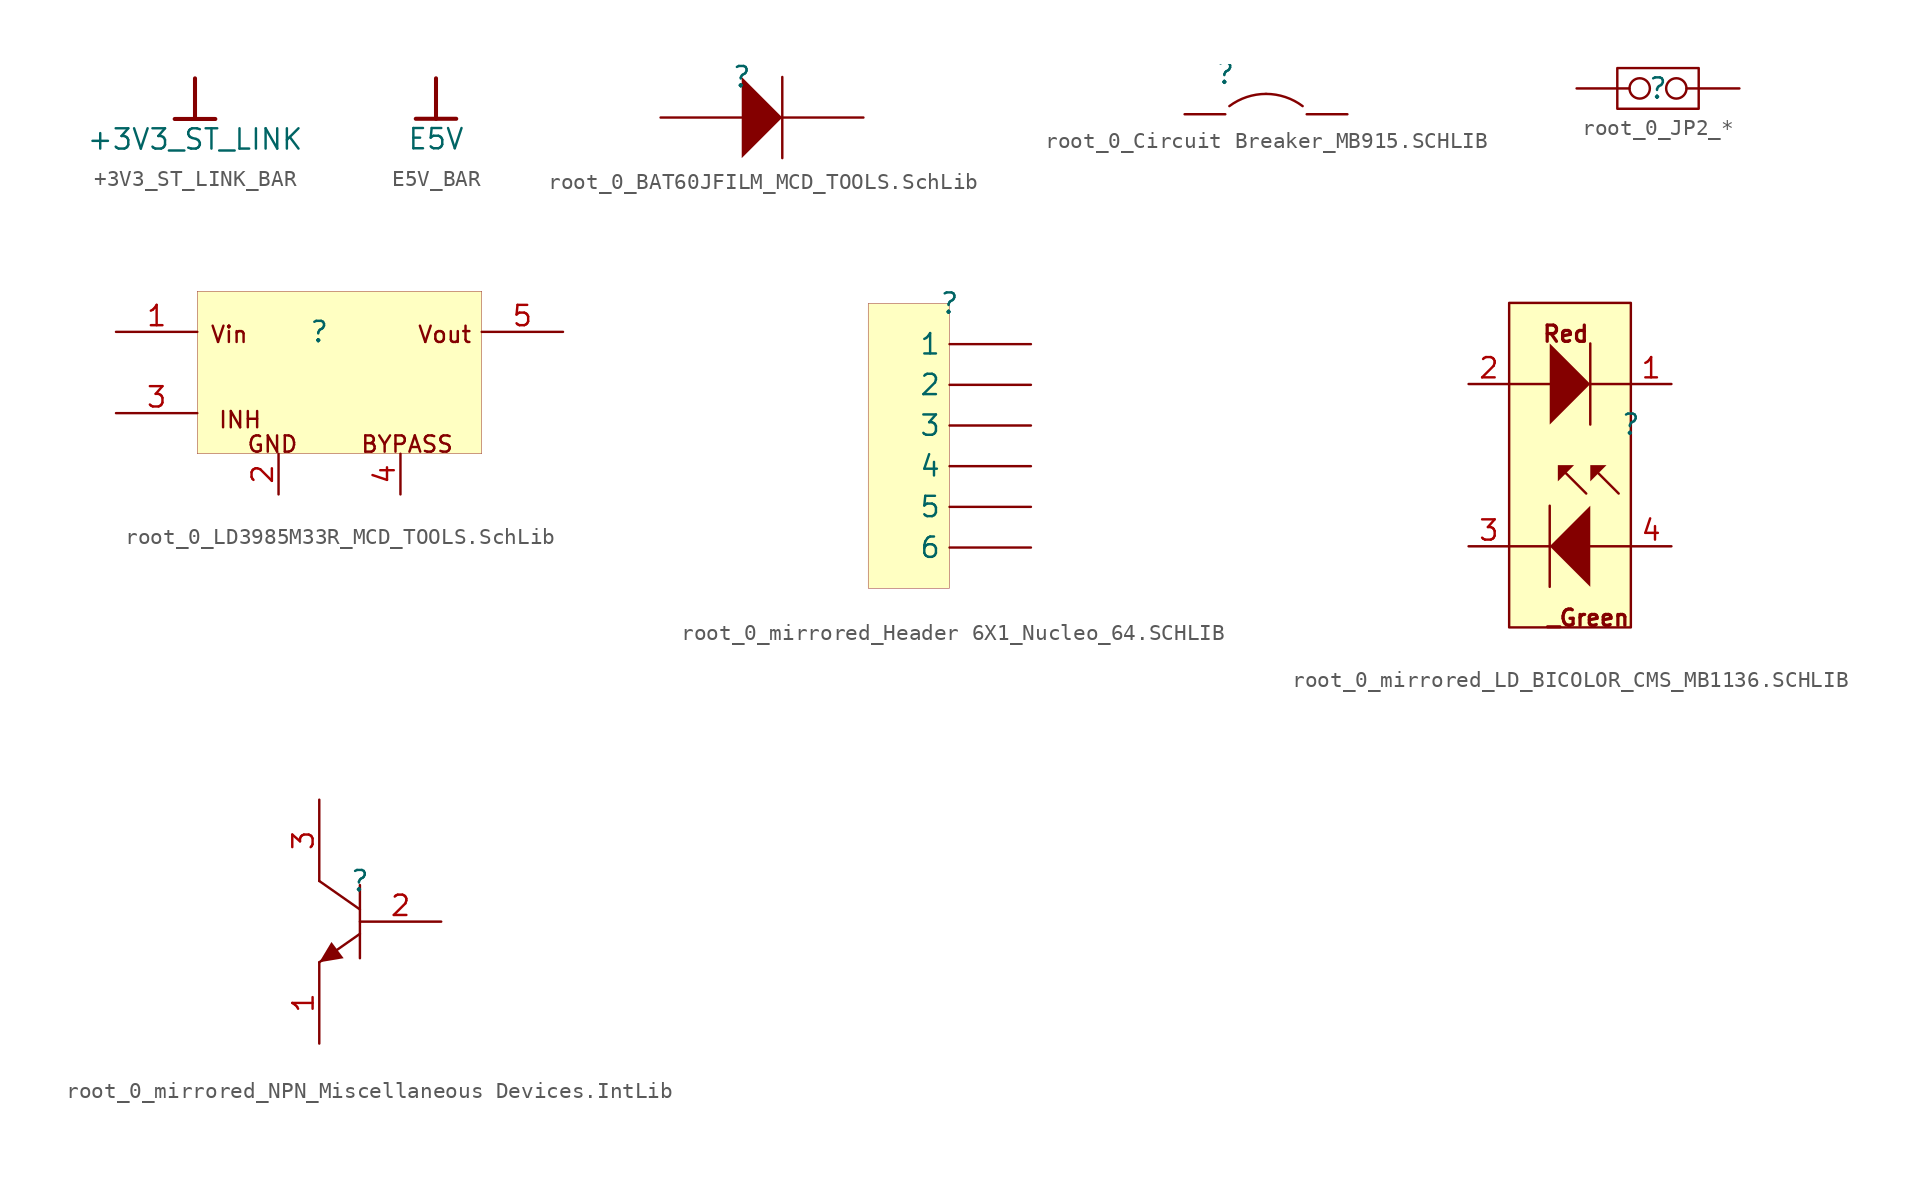
<source format=kicad_sym>
(kicad_symbol_lib
  (version 20241209)
  (generator "kicad_symbol_editor")
  (generator_version "9.0")
  (symbol "+3V3_ST_LINK_BAR"
    (power)
    (property "Reference" "#PWR"
      (at 0 0 0)
      (effects (font (size 1.27 1.27)) (hide yes)))
    (property "Value" "+3V3_ST_LINK"
      (at 0 -3.81 0)
      (effects (font (size 1.27 1.27))))
    (symbol "+3V3_ST_LINK_BAR_0_0"
      (polyline (pts (xy -1.27 -2.54) (xy 1.27 -2.54)) (stroke (width 0.254) (type solid)) (fill (type none)))
      (polyline (pts (xy 0 0) (xy 0 -2.54)) (stroke (width 0.254) (type solid)) (fill (type none)))
      (pin power_in line (at 0 0 0) (length 0) (hide yes) (name "+3V3_ST_LINK" (effects (font (size 1.27 1.27)))) (number "" (effects (font (size 1.27 1.27)))))))
  (symbol "E5V_BAR"
    (power)
    (property "Reference" "#PWR"
      (at 0 0 0)
      (effects (font (size 1.27 1.27)) (hide yes)))
    (property "Value" "E5V"
      (at 0 -3.81 0)
      (effects (font (size 1.27 1.27))))
    (symbol "E5V_BAR_0_0"
      (polyline (pts (xy -1.27 -2.54) (xy 1.27 -2.54)) (stroke (width 0.254) (type solid)) (fill (type none)))
      (polyline (pts (xy 0 0) (xy 0 -2.54)) (stroke (width 0.254) (type solid)) (fill (type none)))
      (pin power_in line (at 0 0 0) (length 0) (hide yes) (name "E5V" (effects (font (size 1.27 1.27)))) (number "" (effects (font (size 1.27 1.27)))))))
  (symbol "root_0_BAT60JFILM_MCD_TOOLS.SchLib"
    (pin_numbers
      (hide yes))
    (pin_names
      (hide yes))
    (property "Reference" ""
      (at 0 0 0)
      (effects (font (size 1.27 1.27))))
    (property "Value" ""
      (at 0 0 0)
      (effects (font (size 1.27 1.27))))
    (symbol "root_0_BAT60JFILM_MCD_TOOLS.SchLib_1_0"
      (polyline (pts (xy 0 -5.08) (xy 2.54 -2.54) (xy 0 0) (xy 0 -5.08)) (stroke (width -0.0001) (type solid)) (fill (type outline)))
      (polyline (pts (xy 2.54 0) (xy 2.54 -5.08)) (stroke (width 0) (type solid)) (fill (type none)))
      (pin passive line (at -5.08 -2.54 0) (length 5.08) (name "A" (effects (font (size 1.27 1.27)))) (number "1" (effects (font (size 1.27 1.27)))))
      (pin passive line (at 7.62 -2.54 180) (length 5.08) (name "K" (effects (font (size 1.27 1.27)))) (number "2" (effects (font (size 1.27 1.27)))))))
  (symbol "root_0_Circuit Breaker_MB915.SCHLIB"
    (pin_numbers
      (hide yes))
    (pin_names
      (hide yes))
    (property "Reference" ""
      (at 0 0 0)
      (effects (font (size 1.27 1.27))))
    (property "Value" ""
      (at 0 0 0)
      (effects (font (size 1.27 1.27))))
    (symbol "root_0_Circuit Breaker_MB915.SCHLIB_1_0"
      (arc (start 0.254 -2.032) (mid 1.3352 -1.4655) (end 2.54 -1.27) (stroke (width 0) (type solid)) (fill (type none)))
      (arc (start 2.54 -1.27) (mid 3.7448 -1.4655) (end 4.826 -2.032) (stroke (width 0) (type solid)) (fill (type none)))
      (pin passive line (at -2.54 -2.54 0) (length 2.54) (name "1" (effects (font (size 1.27 1.27)))) (number "1" (effects (font (size 1.27 1.27)))))
      (pin passive line (at 7.62 -2.54 180) (length 2.54) (name "2" (effects (font (size 1.27 1.27)))) (number "2" (effects (font (size 1.27 1.27)))))))
  (symbol "root_0_JP2_*"
    (pin_numbers
      (hide yes))
    (pin_names
      (hide yes))
    (property "Reference" ""
      (at 0 0 0)
      (effects (font (size 1.27 1.27))))
    (property "Value" ""
      (at 0 0 0)
      (effects (font (size 1.27 1.27))))
    (symbol "root_0_JP2_*_1_0"
      (polyline (pts (xy -2.54 1.27) (xy 2.54 1.27) (xy 2.54 -1.27) (xy -2.54 -1.27) (xy -2.54 1.27)) (stroke (width 0) (type solid)) (fill (type none)))
      (pin passive inverted (at -5.08 0 0) (length 4.572) (name "COMMON" (effects (font (size 1.27 1.27)))) (number "1" (effects (font (size 1.27 1.27)))))
      (pin passive inverted (at 5.08 0 180) (length 4.572) (name "NO" (effects (font (size 1.27 1.27)))) (number "2" (effects (font (size 1.27 1.27)))))))
  (symbol "root_0_LD3985M33R_MCD_TOOLS.SchLib"
    (pin_names
      (hide yes))
    (property "Reference" ""
      (at 0 0 0)
      (effects (font (size 1.27 1.27))))
    (property "Value" ""
      (at 0 0 0)
      (effects (font (size 1.27 1.27))))
    (symbol "root_0_LD3985M33R_MCD_TOOLS.SchLib_1_0"
      (rectangle (start 10.16 2.54) (end -7.62 -7.62) (stroke (width 0.025) (type solid) (color 128 0 0 1)) (fill (type background)))
      (text "Vin" (at -6.858 -0.762 0) (effects (font (size 1.016 1.016)) (justify left bottom)))
      (text "INH" (at -6.35 -6.096 0) (effects (font (size 1.016 1.016)) (justify left bottom)))
      (text "GND" (at -4.572 -7.62 0) (effects (font (size 1.016 1.016)) (justify left bottom)))
      (text "BYPASS" (at 2.54 -7.62 0) (effects (font (size 1.016 1.016)) (justify left bottom)))
      (text "Vout" (at 6.096 -0.762 0) (effects (font (size 1.016 1.016)) (justify left bottom)))
      (pin passive line (at -12.7 0 0) (length 5.08) (name "Vin" (effects (font (size 1.27 1.27)))) (number "1" (effects (font (size 1.27 1.27)))))
      (pin passive line (at -12.7 -5.08 0) (length 5.08) (name "CE" (effects (font (size 1.27 1.27)))) (number "3" (effects (font (size 1.27 1.27)))))
      (pin passive line (at -2.54 -10.16 90) (length 2.54) (name "GND" (effects (font (size 1.27 1.27)))) (number "2" (effects (font (size 1.27 1.27)))))
      (pin passive line (at 5.08 -10.16 90) (length 2.54) (name "BYPASS" (effects (font (size 1.27 1.27)))) (number "4" (effects (font (size 1.27 1.27)))))
      (pin passive line (at 15.24 0 180) (length 5.08) (name "Vout" (effects (font (size 1.27 1.27)))) (number "5" (effects (font (size 1.27 1.27)))))))
  (symbol "root_0_mirrored_Header 6X1_Nucleo_64.SCHLIB"
    (pin_numbers
      (hide yes))
    (property "Reference" ""
      (at 0 0 0)
      (effects (font (size 1.27 1.27))))
    (property "Value" ""
      (at 0 0 0)
      (effects (font (size 1.27 1.27))))
    (symbol "root_0_mirrored_Header 6X1_Nucleo_64.SCHLIB_1_0"
      (rectangle (start 0 0) (end -5.08 -17.78) (stroke (width 0.025) (type solid) (color 128 0 0 1)) (fill (type background)))
      (pin passive line (at 5.08 -2.54 180) (length 5.08) (name "1" (effects (font (size 1.27 1.27)))) (number "1" (effects (font (size 1.27 1.27)))))
      (pin passive line (at 5.08 -5.08 180) (length 5.08) (name "2" (effects (font (size 1.27 1.27)))) (number "2" (effects (font (size 1.27 1.27)))))
      (pin passive line (at 5.08 -7.62 180) (length 5.08) (name "3" (effects (font (size 1.27 1.27)))) (number "3" (effects (font (size 1.27 1.27)))))
      (pin passive line (at 5.08 -10.16 180) (length 5.08) (name "4" (effects (font (size 1.27 1.27)))) (number "4" (effects (font (size 1.27 1.27)))))
      (pin passive line (at 5.08 -12.7 180) (length 5.08) (name "5" (effects (font (size 1.27 1.27)))) (number "5" (effects (font (size 1.27 1.27)))))
      (pin passive line (at 5.08 -15.24 180) (length 5.08) (name "6" (effects (font (size 1.27 1.27)))) (number "6" (effects (font (size 1.27 1.27)))))))
  (symbol "root_0_mirrored_LD_BICOLOR_CMS_MB1136.SCHLIB"
    (pin_names
      (hide yes))
    (property "Reference" ""
      (at 0 0 0)
      (effects (font (size 1.27 1.27))))
    (property "Value" ""
      (at 0 0 0)
      (effects (font (size 1.27 1.27))))
    (symbol "root_0_mirrored_LD_BICOLOR_CMS_MB1136.SCHLIB_1_0"
      (polyline (pts (xy -5.08 5.08) (xy -5.08 0) (xy -2.54 2.54) (xy -5.08 5.08) (xy -5.08 5.08)) (stroke (width -0.0001) (type solid)) (fill (type outline)))
      (polyline (pts (xy -5.08 2.54) (xy -7.62 2.54)) (stroke (width 0) (type solid)) (fill (type none)))
      (polyline (pts (xy -5.08 -5.08) (xy -5.08 -10.16)) (stroke (width 0) (type solid)) (fill (type none)))
      (polyline (pts (xy -5.08 -7.62) (xy -7.62 -7.62)) (stroke (width 0) (type solid)) (fill (type none)))
      (polyline (pts (xy -4.572 -2.54) (xy -3.556 -2.54) (xy -4.572 -3.556) (xy -4.572 -2.54) (xy -4.572 -2.54)) (stroke (width -0.0001) (type solid)) (fill (type outline)))
      (polyline (pts (xy -4.064 -3.048) (xy -2.794 -4.318)) (stroke (width 0) (type solid)) (fill (type none)))
      (polyline (pts (xy -2.54 5.08) (xy -2.54 0)) (stroke (width 0) (type solid)) (fill (type none)))
      (polyline (pts (xy -2.54 -5.08) (xy -2.54 -10.16) (xy -5.08 -7.62) (xy -2.54 -5.08) (xy -2.54 -5.08)) (stroke (width -0.0001) (type solid)) (fill (type outline)))
      (polyline (pts (xy -2.032 -3.048) (xy -0.762 -4.318)) (stroke (width 0) (type solid)) (fill (type none)))
      (polyline (pts (xy -1.524 -2.54) (xy -2.54 -2.54) (xy -2.54 -3.556) (xy -1.524 -2.54) (xy -1.524 -2.54)) (stroke (width -0.0001) (type solid)) (fill (type outline)))
      (rectangle (start 0 7.62) (end -7.62 -12.7) (stroke (width 0) (type solid) (color 128 0 0 1)) (fill (type background)))
      (polyline (pts (xy 0 2.54) (xy -2.54 2.54)) (stroke (width 0) (type solid)) (fill (type none)))
      (polyline (pts (xy 0 -7.62) (xy -2.54 -7.62)) (stroke (width 0) (type solid)) (fill (type none)))
      (text "Red" (at -2.54 5.08 0) (effects (font (size 1.016 1.016) (thickness 0.203) (bold yes)) (justify right bottom)))
      (text "_Green" (at 0 -12.7 0) (effects (font (size 1.016 1.016) (thickness 0.203) (bold yes)) (justify right bottom)))
      (pin passive line (at -10.16 2.54 0) (length 2.54) (name "2" (effects (font (size 1.27 1.27)))) (number "2" (effects (font (size 1.27 1.27)))))
      (pin passive line (at -10.16 -7.62 0) (length 2.54) (name "3" (effects (font (size 1.27 1.27)))) (number "3" (effects (font (size 1.27 1.27)))))
      (pin passive line (at 2.54 2.54 180) (length 2.54) (name "1" (effects (font (size 1.27 1.27)))) (number "1" (effects (font (size 1.27 1.27)))))
      (pin passive line (at 2.54 -7.62 180) (length 2.54) (name "4" (effects (font (size 1.27 1.27)))) (number "4" (effects (font (size 1.27 1.27)))))))
  (symbol "root_0_mirrored_NPN_Miscellaneous Devices.IntLib"
    (pin_names
      (hide yes))
    (property "Reference" ""
      (at 0 0 0)
      (effects (font (size 1.27 1.27))))
    (property "Value" ""
      (at 0 0 0)
      (effects (font (size 1.27 1.27))))
    (symbol "root_0_mirrored_NPN_Miscellaneous Devices.IntLib_1_0"
      (polyline (pts (xy -2.54 0) (xy 0 -1.778)) (stroke (width 0) (type solid)) (fill (type none)))
      (polyline (pts (xy -2.54 -5.08) (xy -1.778 -3.81) (xy -1.016 -4.826) (xy -2.54 -5.08)) (stroke (width -0.0001) (type solid)) (fill (type outline)))
      (polyline (pts (xy 0 -0.254) (xy 0 -4.826)) (stroke (width 0) (type solid)) (fill (type none)))
      (polyline (pts (xy 0 -3.302) (xy -2.54 -5.08)) (stroke (width 0) (type solid)) (fill (type none)))
      (pin passive line (at -2.54 5.08 270) (length 5.08) (name "C" (effects (font (size 1.27 1.27)))) (number "3" (effects (font (size 1.27 1.27)))))
      (pin passive line (at -2.54 -10.16 90) (length 5.08) (name "E" (effects (font (size 1.27 1.27)))) (number "1" (effects (font (size 1.27 1.27)))))
      (pin passive line (at 5.08 -2.54 180) (length 5.08) (name "B" (effects (font (size 1.27 1.27)))) (number "2" (effects (font (size 1.27 1.27))))))))
</source>
